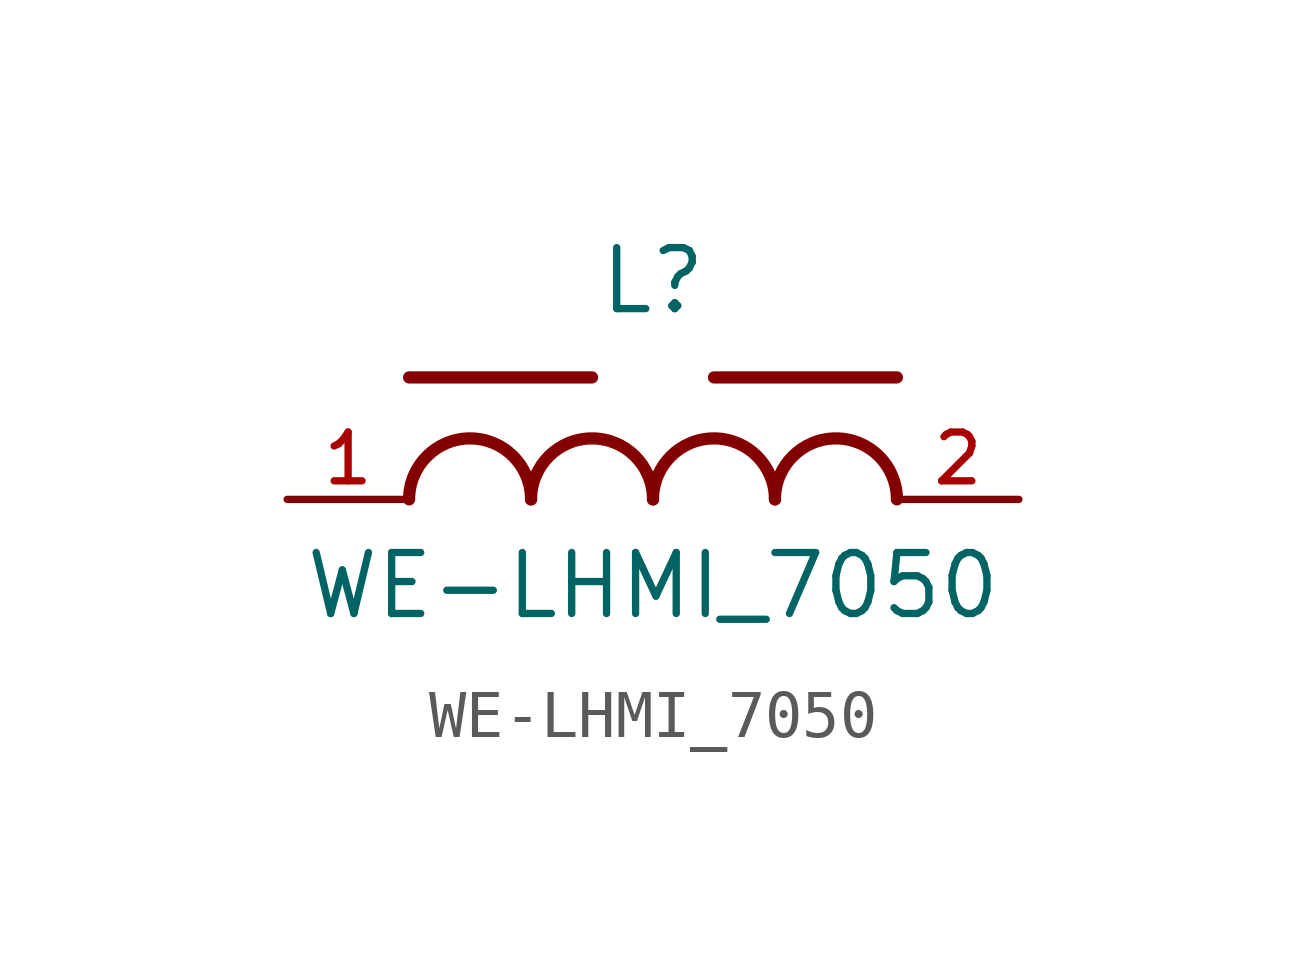
<source format=kicad_sym>
(kicad_symbol_lib
  (version 20211014)
  (generator kicad_symbol_editor)
  (symbol "WE-LHMI_7050"
    (pin_names
      (offset 1.016))
    (property "Reference" "L"
      (at 0.0 3.81 0)
      (effects (font (size 1.27 1.27)) (justify bottom)))
    (property "Value" "WE-LHMI_7050"
      (at 0.0 -2.54 0)
      (effects (font (size 1.27 1.27)) (justify bottom)))
    (symbol "WE-LHMI_7050_0_0"
      (arc (start -2.54 0.0) (mid -3.81 1.27) (end -5.08 0.0) (stroke (width 0.254) (type default) (color 0 0 0 0)) (fill (type none)))
      (arc (start 0.0 0.0) (mid -1.27 1.27) (end -2.54 0.0) (stroke (width 0.254) (type default) (color 0 0 0 0)) (fill (type none)))
      (arc (start 2.54 0.0) (mid 1.27 1.27) (end 0.0 0.0) (stroke (width 0.254) (type default) (color 0 0 0 0)) (fill (type none)))
      (arc (start 5.08 0.0) (mid 3.81 1.27) (end 2.54 0.0) (stroke (width 0.254) (type default) (color 0 0 0 0)) (fill (type none)))
      (polyline (pts (xy -1.27 2.54) (xy -5.08 2.54)) (stroke (width 0.254)))
      (polyline (pts (xy 5.08 2.54) (xy 1.27 2.54)) (stroke (width 0.254)))
      (pin passive line (at -7.62 0.0 0) (length 2.54) (name "~" (effects (font (size 1.016 1.016)))) (number "1" (effects (font (size 1.016 1.016)))))
      (pin passive line (at 7.62 0.0 180.0) (length 2.54) (name "~" (effects (font (size 1.016 1.016)))) (number "2" (effects (font (size 1.016 1.016))))))))
</source>
